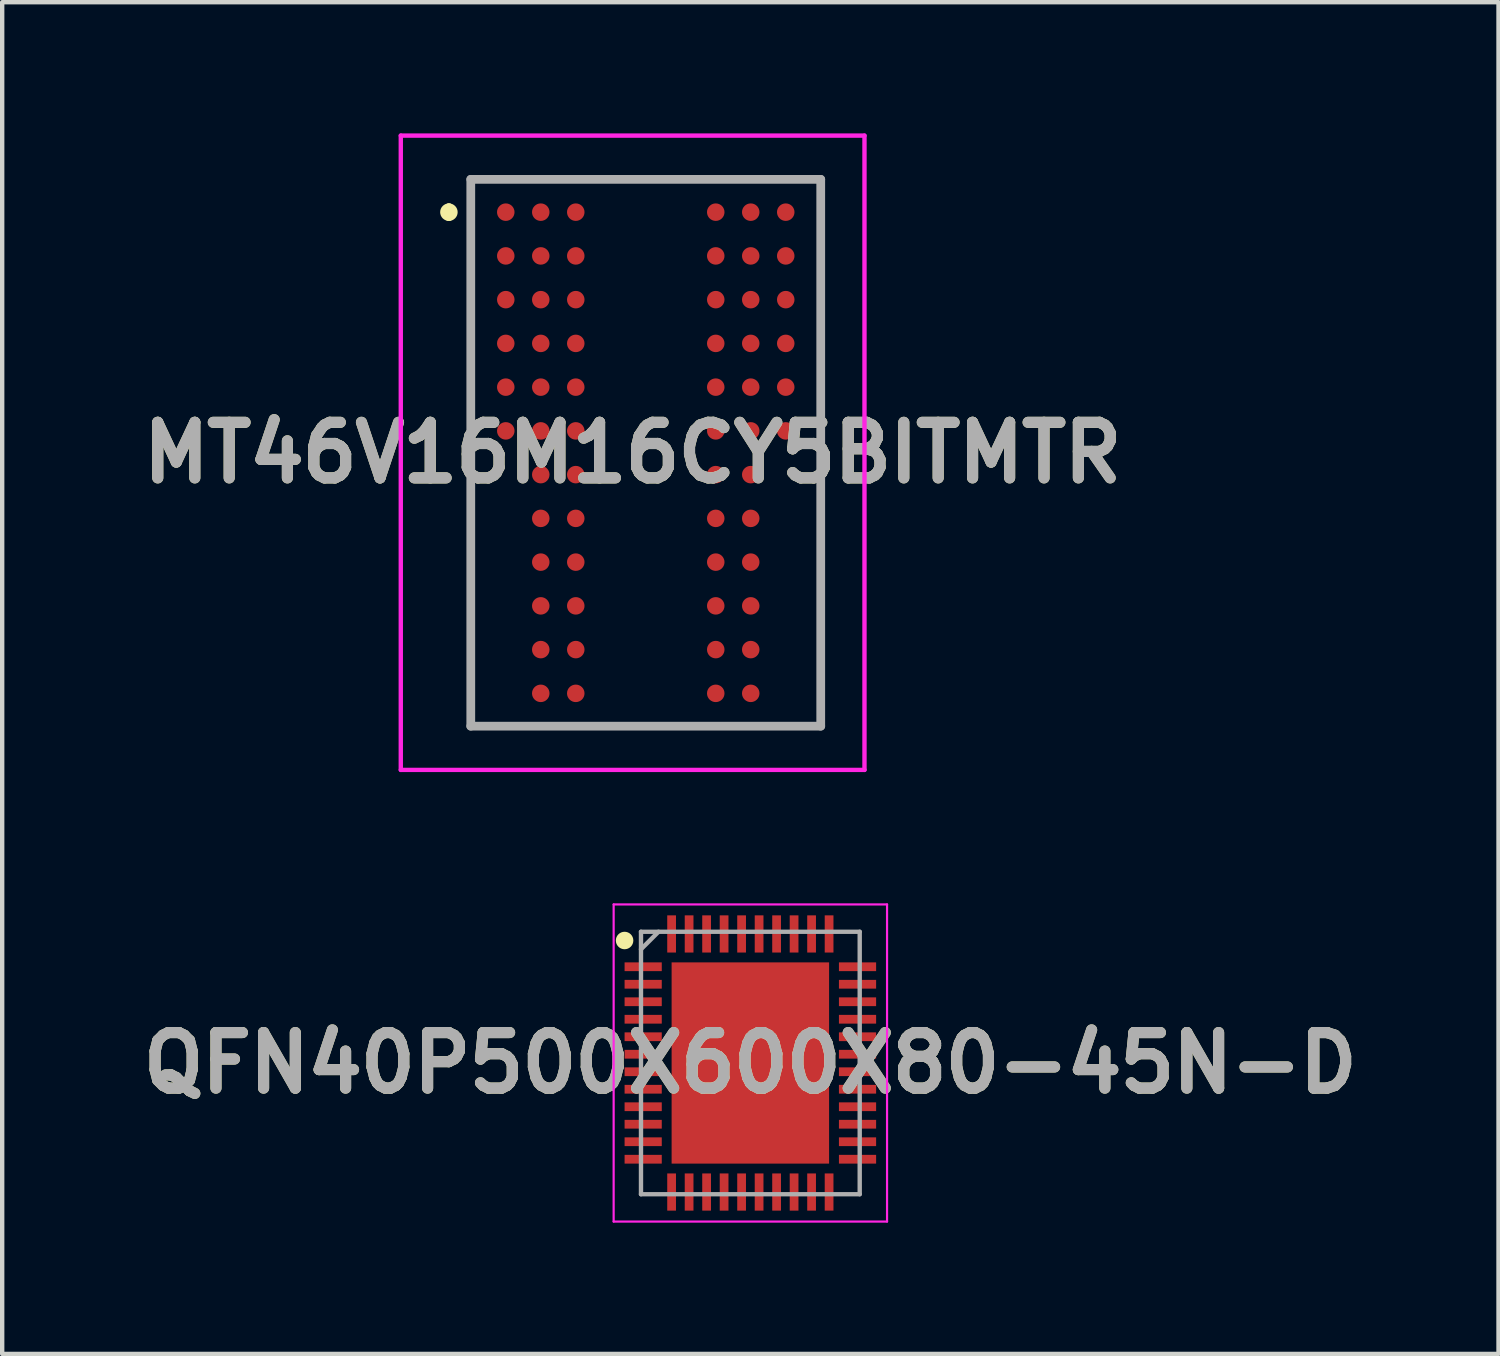
<source format=kicad_pcb>
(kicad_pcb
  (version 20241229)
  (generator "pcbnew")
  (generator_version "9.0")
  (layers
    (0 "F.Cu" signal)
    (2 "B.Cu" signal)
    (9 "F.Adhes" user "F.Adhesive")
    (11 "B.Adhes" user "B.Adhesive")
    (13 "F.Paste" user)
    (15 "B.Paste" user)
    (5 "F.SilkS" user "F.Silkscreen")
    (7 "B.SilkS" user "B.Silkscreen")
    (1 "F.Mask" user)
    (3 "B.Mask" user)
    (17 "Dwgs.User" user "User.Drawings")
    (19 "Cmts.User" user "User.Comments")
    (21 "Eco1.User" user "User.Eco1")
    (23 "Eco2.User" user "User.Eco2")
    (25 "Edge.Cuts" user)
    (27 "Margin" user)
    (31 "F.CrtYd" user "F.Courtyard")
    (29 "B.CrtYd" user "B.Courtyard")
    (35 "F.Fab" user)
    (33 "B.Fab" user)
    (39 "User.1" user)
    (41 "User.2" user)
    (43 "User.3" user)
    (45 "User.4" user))
  (footprint "QFN40P500X600X80-45N-D"
    (layer "F.Cu")
    (at 14.103 21.25)
    (property "Reference" "QFN40P500X600X80-45N-D" (at 0 0 0) (layer "F.SilkS") (effects (font (size 1.27 1.27) (thickness 0.254))))
    (attr smd)
    (fp_circle (center -2.875 -2.8) (end -2.875 -2.7) (stroke (width 0.2) (type solid)) (fill no) (layer "F.SilkS"))
    (fp_line (start -3.125 -3.625) (end 3.125 -3.625) (stroke (width 0.05) (type solid)) (layer "F.CrtYd"))
    (fp_line (start -3.125 3.625) (end -3.125 -3.625) (stroke (width 0.05) (type solid)) (layer "F.CrtYd"))
    (fp_line (start 3.125 -3.625) (end 3.125 3.625) (stroke (width 0.05) (type solid)) (layer "F.CrtYd"))
    (fp_line (start 3.125 3.625) (end -3.125 3.625) (stroke (width 0.05) (type solid)) (layer "F.CrtYd"))
    (fp_line (start -2.5 -3) (end 2.5 -3) (stroke (width 0.1) (type solid)) (layer "F.Fab"))
    (fp_line (start -2.5 -2.6) (end -2.1 -3) (stroke (width 0.1) (type solid)) (layer "F.Fab"))
    (fp_line (start -2.5 3) (end -2.5 -3) (stroke (width 0.1) (type solid)) (layer "F.Fab"))
    (fp_line (start 2.5 -3) (end 2.5 3) (stroke (width 0.1) (type solid)) (layer "F.Fab"))
    (fp_line (start 2.5 3) (end -2.5 3) (stroke (width 0.1) (type solid)) (layer "F.Fab"))
    (fp_text user "${REFERENCE}" (at 0 0 0) (layer "F.Fab") (effects (font (size 1.27 1.27) (thickness 0.254))))
    (pad "1" smd rect (at -2.45 -2.2 90) (size 0.2 0.85) (layers "F.Cu" "F.Mask" "F.Paste"))
    (pad "2" smd rect (at -2.45 -1.8 90) (size 0.2 0.85) (layers "F.Cu" "F.Mask" "F.Paste"))
    (pad "3" smd rect (at -2.45 -1.4 90) (size 0.2 0.85) (layers "F.Cu" "F.Mask" "F.Paste"))
    (pad "4" smd rect (at -2.45 -1 90) (size 0.2 0.85) (layers "F.Cu" "F.Mask" "F.Paste"))
    (pad "5" smd rect (at -2.45 -0.6 90) (size 0.2 0.85) (layers "F.Cu" "F.Mask" "F.Paste"))
    (pad "6" smd rect (at -2.45 -0.2 90) (size 0.2 0.85) (layers "F.Cu" "F.Mask" "F.Paste"))
    (pad "7" smd rect (at -2.45 0.2 90) (size 0.2 0.85) (layers "F.Cu" "F.Mask" "F.Paste"))
    (pad "8" smd rect (at -2.45 0.6 90) (size 0.2 0.85) (layers "F.Cu" "F.Mask" "F.Paste"))
    (pad "9" smd rect (at -2.45 1 90) (size 0.2 0.85) (layers "F.Cu" "F.Mask" "F.Paste"))
    (pad "10" smd rect (at -2.45 1.4 90) (size 0.2 0.85) (layers "F.Cu" "F.Mask" "F.Paste"))
    (pad "11" smd rect (at -2.45 1.8 90) (size 0.2 0.85) (layers "F.Cu" "F.Mask" "F.Paste"))
    (pad "12" smd rect (at -2.45 2.2 90) (size 0.2 0.85) (layers "F.Cu" "F.Mask" "F.Paste"))
    (pad "13" smd rect (at -1.8 2.95) (size 0.2 0.85) (layers "F.Cu" "F.Mask" "F.Paste"))
    (pad "14" smd rect (at -1.4 2.95) (size 0.2 0.85) (layers "F.Cu" "F.Mask" "F.Paste"))
    (pad "15" smd rect (at -1 2.95) (size 0.2 0.85) (layers "F.Cu" "F.Mask" "F.Paste"))
    (pad "16" smd rect (at -0.6 2.95) (size 0.2 0.85) (layers "F.Cu" "F.Mask" "F.Paste"))
    (pad "17" smd rect (at -0.2 2.95) (size 0.2 0.85) (layers "F.Cu" "F.Mask" "F.Paste"))
    (pad "18" smd rect (at 0.2 2.95) (size 0.2 0.85) (layers "F.Cu" "F.Mask" "F.Paste"))
    (pad "19" smd rect (at 0.6 2.95) (size 0.2 0.85) (layers "F.Cu" "F.Mask" "F.Paste"))
    (pad "20" smd rect (at 1 2.95) (size 0.2 0.85) (layers "F.Cu" "F.Mask" "F.Paste"))
    (pad "21" smd rect (at 1.4 2.95) (size 0.2 0.85) (layers "F.Cu" "F.Mask" "F.Paste"))
    (pad "22" smd rect (at 1.8 2.95) (size 0.2 0.85) (layers "F.Cu" "F.Mask" "F.Paste"))
    (pad "23" smd rect (at 2.45 2.2 90) (size 0.2 0.85) (layers "F.Cu" "F.Mask" "F.Paste"))
    (pad "24" smd rect (at 2.45 1.8 90) (size 0.2 0.85) (layers "F.Cu" "F.Mask" "F.Paste"))
    (pad "25" smd rect (at 2.45 1.4 90) (size 0.2 0.85) (layers "F.Cu" "F.Mask" "F.Paste"))
    (pad "26" smd rect (at 2.45 1 90) (size 0.2 0.85) (layers "F.Cu" "F.Mask" "F.Paste"))
    (pad "27" smd rect (at 2.45 0.6 90) (size 0.2 0.85) (layers "F.Cu" "F.Mask" "F.Paste"))
    (pad "28" smd rect (at 2.45 0.2 90) (size 0.2 0.85) (layers "F.Cu" "F.Mask" "F.Paste"))
    (pad "29" smd rect (at 2.45 -0.2 90) (size 0.2 0.85) (layers "F.Cu" "F.Mask" "F.Paste"))
    (pad "30" smd rect (at 2.45 -0.6 90) (size 0.2 0.85) (layers "F.Cu" "F.Mask" "F.Paste"))
    (pad "31" smd rect (at 2.45 -1 90) (size 0.2 0.85) (layers "F.Cu" "F.Mask" "F.Paste"))
    (pad "32" smd rect (at 2.45 -1.4 90) (size 0.2 0.85) (layers "F.Cu" "F.Mask" "F.Paste"))
    (pad "33" smd rect (at 2.45 -1.8 90) (size 0.2 0.85) (layers "F.Cu" "F.Mask" "F.Paste"))
    (pad "34" smd rect (at 2.45 -2.2 90) (size 0.2 0.85) (layers "F.Cu" "F.Mask" "F.Paste"))
    (pad "35" smd rect (at 1.8 -2.95) (size 0.2 0.85) (layers "F.Cu" "F.Mask" "F.Paste"))
    (pad "36" smd rect (at 1.4 -2.95) (size 0.2 0.85) (layers "F.Cu" "F.Mask" "F.Paste"))
    (pad "37" smd rect (at 1 -2.95) (size 0.2 0.85) (layers "F.Cu" "F.Mask" "F.Paste"))
    (pad "38" smd rect (at 0.6 -2.95) (size 0.2 0.85) (layers "F.Cu" "F.Mask" "F.Paste"))
    (pad "39" smd rect (at 0.2 -2.95) (size 0.2 0.85) (layers "F.Cu" "F.Mask" "F.Paste"))
    (pad "40" smd rect (at -0.2 -2.95) (size 0.2 0.85) (layers "F.Cu" "F.Mask" "F.Paste"))
    (pad "41" smd rect (at -0.6 -2.95) (size 0.2 0.85) (layers "F.Cu" "F.Mask" "F.Paste"))
    (pad "42" smd rect (at -1 -2.95) (size 0.2 0.85) (layers "F.Cu" "F.Mask" "F.Paste"))
    (pad "43" smd rect (at -1.4 -2.95) (size 0.2 0.85) (layers "F.Cu" "F.Mask" "F.Paste"))
    (pad "44" smd rect (at -1.8 -2.95) (size 0.2 0.85) (layers "F.Cu" "F.Mask" "F.Paste"))
    (pad "45" smd rect (at 0 0) (size 3.6 4.6) (layers "F.Cu" "F.Mask" "F.Paste")))
  (footprint "MT46V16M16CY5BITMTR"
    (layer "F.Cu")
    (at 11.712 7.3)
    (property "Reference" "MT46V16M16CY5BITMTR" (at -0.3 0 0) (layer "F.SilkS") (effects (font (size 1.27 1.27) (thickness 0.254))))
    (attr smd)
    (fp_line (start -4.5 -5.6) (end -4.5 -5.6) (stroke (width 0.2) (type solid)) (layer "F.SilkS"))
    (fp_line (start -4.5 -5.4) (end -4.5 -5.4) (stroke (width 0.2) (type solid)) (layer "F.SilkS"))
    (fp_line (start -4 -6.25) (end 4 -6.25) (stroke (width 0.1) (type solid)) (layer "F.SilkS"))
    (fp_line (start -4 6.25) (end -4 -6.25) (stroke (width 0.1) (type solid)) (layer "F.SilkS"))
    (fp_line (start 4 -6.25) (end 4 6.25) (stroke (width 0.1) (type solid)) (layer "F.SilkS"))
    (fp_line (start 4 6.25) (end -4 6.25) (stroke (width 0.1) (type solid)) (layer "F.SilkS"))
    (fp_arc (start -4.5 -5.6) (mid -4.4 -5.5) (end -4.5 -5.4) (stroke (width 0.2) (type solid)) (layer "F.SilkS"))
    (fp_arc (start -4.5 -5.4) (mid -4.6 -5.5) (end -4.5 -5.6) (stroke (width 0.2) (type solid)) (layer "F.SilkS"))
    (fp_line (start -5.6 -7.25) (end 5 -7.25) (stroke (width 0.1) (type solid)) (layer "F.CrtYd"))
    (fp_line (start -5.6 7.25) (end -5.6 -7.25) (stroke (width 0.1) (type solid)) (layer "F.CrtYd"))
    (fp_line (start 5 -7.25) (end 5 7.25) (stroke (width 0.1) (type solid)) (layer "F.CrtYd"))
    (fp_line (start 5 7.25) (end -5.6 7.25) (stroke (width 0.1) (type solid)) (layer "F.CrtYd"))
    (fp_line (start -4 -6.25) (end 4 -6.25) (stroke (width 0.2) (type solid)) (layer "F.Fab"))
    (fp_line (start -4 6.25) (end -4 -6.25) (stroke (width 0.2) (type solid)) (layer "F.Fab"))
    (fp_line (start 4 -6.25) (end 4 6.25) (stroke (width 0.2) (type solid)) (layer "F.Fab"))
    (fp_line (start 4 6.25) (end -4 6.25) (stroke (width 0.2) (type solid)) (layer "F.Fab"))
    (fp_text user "${REFERENCE}" (at -0.3 0 0) (layer "F.Fab") (effects (font (size 1.27 1.27) (thickness 0.254))))
    (pad "A1" smd circle (at -3.2 -5.5 90) (size 0.4 0.4) (layers "F.Cu" "F.Mask" "F.Paste"))
    (pad "A2" smd circle (at -2.4 -5.5 90) (size 0.4 0.4) (layers "F.Cu" "F.Mask" "F.Paste"))
    (pad "A3" smd circle (at -1.6 -5.5 90) (size 0.4 0.4) (layers "F.Cu" "F.Mask" "F.Paste"))
    (pad "A7" smd circle (at 1.6 -5.5 90) (size 0.4 0.4) (layers "F.Cu" "F.Mask" "F.Paste"))
    (pad "A8" smd circle (at 2.4 -5.5 90) (size 0.4 0.4) (layers "F.Cu" "F.Mask" "F.Paste"))
    (pad "A9" smd circle (at 3.2 -5.5 90) (size 0.4 0.4) (layers "F.Cu" "F.Mask" "F.Paste"))
    (pad "B1" smd circle (at -3.2 -4.5 90) (size 0.4 0.4) (layers "F.Cu" "F.Mask" "F.Paste"))
    (pad "B2" smd circle (at -2.4 -4.5 90) (size 0.4 0.4) (layers "F.Cu" "F.Mask" "F.Paste"))
    (pad "B3" smd circle (at -1.6 -4.5 90) (size 0.4 0.4) (layers "F.Cu" "F.Mask" "F.Paste"))
    (pad "B7" smd circle (at 1.6 -4.5 90) (size 0.4 0.4) (layers "F.Cu" "F.Mask" "F.Paste"))
    (pad "B8" smd circle (at 2.4 -4.5 90) (size 0.4 0.4) (layers "F.Cu" "F.Mask" "F.Paste"))
    (pad "B9" smd circle (at 3.2 -4.5 90) (size 0.4 0.4) (layers "F.Cu" "F.Mask" "F.Paste"))
    (pad "C1" smd circle (at -3.2 -3.5 90) (size 0.4 0.4) (layers "F.Cu" "F.Mask" "F.Paste"))
    (pad "C2" smd circle (at -2.4 -3.5 90) (size 0.4 0.4) (layers "F.Cu" "F.Mask" "F.Paste"))
    (pad "C3" smd circle (at -1.6 -3.5 90) (size 0.4 0.4) (layers "F.Cu" "F.Mask" "F.Paste"))
    (pad "C7" smd circle (at 1.6 -3.5 90) (size 0.4 0.4) (layers "F.Cu" "F.Mask" "F.Paste"))
    (pad "C8" smd circle (at 2.4 -3.5 90) (size 0.4 0.4) (layers "F.Cu" "F.Mask" "F.Paste"))
    (pad "C9" smd circle (at 3.2 -3.5 90) (size 0.4 0.4) (layers "F.Cu" "F.Mask" "F.Paste"))
    (pad "D1" smd circle (at -3.2 -2.5 90) (size 0.4 0.4) (layers "F.Cu" "F.Mask" "F.Paste"))
    (pad "D2" smd circle (at -2.4 -2.5 90) (size 0.4 0.4) (layers "F.Cu" "F.Mask" "F.Paste"))
    (pad "D3" smd circle (at -1.6 -2.5 90) (size 0.4 0.4) (layers "F.Cu" "F.Mask" "F.Paste"))
    (pad "D7" smd circle (at 1.6 -2.5 90) (size 0.4 0.4) (layers "F.Cu" "F.Mask" "F.Paste"))
    (pad "D8" smd circle (at 2.4 -2.5 90) (size 0.4 0.4) (layers "F.Cu" "F.Mask" "F.Paste"))
    (pad "D9" smd circle (at 3.2 -2.5 90) (size 0.4 0.4) (layers "F.Cu" "F.Mask" "F.Paste"))
    (pad "E1" smd circle (at -3.2 -1.5 90) (size 0.4 0.4) (layers "F.Cu" "F.Mask" "F.Paste"))
    (pad "E2" smd circle (at -2.4 -1.5 90) (size 0.4 0.4) (layers "F.Cu" "F.Mask" "F.Paste"))
    (pad "E3" smd circle (at -1.6 -1.5 90) (size 0.4 0.4) (layers "F.Cu" "F.Mask" "F.Paste"))
    (pad "E7" smd circle (at 1.6 -1.5 90) (size 0.4 0.4) (layers "F.Cu" "F.Mask" "F.Paste"))
    (pad "E8" smd circle (at 2.4 -1.5 90) (size 0.4 0.4) (layers "F.Cu" "F.Mask" "F.Paste"))
    (pad "E9" smd circle (at 3.2 -1.5 90) (size 0.4 0.4) (layers "F.Cu" "F.Mask" "F.Paste"))
    (pad "F1" smd circle (at -3.2 -0.5 90) (size 0.4 0.4) (layers "F.Cu" "F.Mask" "F.Paste"))
    (pad "F2" smd circle (at -2.4 -0.5 90) (size 0.4 0.4) (layers "F.Cu" "F.Mask" "F.Paste"))
    (pad "F3" smd circle (at -1.6 -0.5 90) (size 0.4 0.4) (layers "F.Cu" "F.Mask" "F.Paste"))
    (pad "F7" smd circle (at 1.6 -0.5 90) (size 0.4 0.4) (layers "F.Cu" "F.Mask" "F.Paste"))
    (pad "F8" smd circle (at 2.4 -0.5 90) (size 0.4 0.4) (layers "F.Cu" "F.Mask" "F.Paste"))
    (pad "F9" smd circle (at 3.2 -0.5 90) (size 0.4 0.4) (layers "F.Cu" "F.Mask" "F.Paste"))
    (pad "G2" smd circle (at -2.4 0.5 90) (size 0.4 0.4) (layers "F.Cu" "F.Mask" "F.Paste"))
    (pad "G3" smd circle (at -1.6 0.5 90) (size 0.4 0.4) (layers "F.Cu" "F.Mask" "F.Paste"))
    (pad "G7" smd circle (at 1.6 0.5 90) (size 0.4 0.4) (layers "F.Cu" "F.Mask" "F.Paste"))
    (pad "G8" smd circle (at 2.4 0.5 90) (size 0.4 0.4) (layers "F.Cu" "F.Mask" "F.Paste"))
    (pad "H2" smd circle (at -2.4 1.5 90) (size 0.4 0.4) (layers "F.Cu" "F.Mask" "F.Paste"))
    (pad "H3" smd circle (at -1.6 1.5 90) (size 0.4 0.4) (layers "F.Cu" "F.Mask" "F.Paste"))
    (pad "H7" smd circle (at 1.6 1.5 90) (size 0.4 0.4) (layers "F.Cu" "F.Mask" "F.Paste"))
    (pad "H8" smd circle (at 2.4 1.5 90) (size 0.4 0.4) (layers "F.Cu" "F.Mask" "F.Paste"))
    (pad "J2" smd circle (at -2.4 2.5 90) (size 0.4 0.4) (layers "F.Cu" "F.Mask" "F.Paste"))
    (pad "J3" smd circle (at -1.6 2.5 90) (size 0.4 0.4) (layers "F.Cu" "F.Mask" "F.Paste"))
    (pad "J7" smd circle (at 1.6 2.5 90) (size 0.4 0.4) (layers "F.Cu" "F.Mask" "F.Paste"))
    (pad "J8" smd circle (at 2.4 2.5 90) (size 0.4 0.4) (layers "F.Cu" "F.Mask" "F.Paste"))
    (pad "K2" smd circle (at -2.4 3.5 90) (size 0.4 0.4) (layers "F.Cu" "F.Mask" "F.Paste"))
    (pad "K3" smd circle (at -1.6 3.5 90) (size 0.4 0.4) (layers "F.Cu" "F.Mask" "F.Paste"))
    (pad "K7" smd circle (at 1.6 3.5 90) (size 0.4 0.4) (layers "F.Cu" "F.Mask" "F.Paste"))
    (pad "K8" smd circle (at 2.4 3.5 90) (size 0.4 0.4) (layers "F.Cu" "F.Mask" "F.Paste"))
    (pad "L2" smd circle (at -2.4 4.5 90) (size 0.4 0.4) (layers "F.Cu" "F.Mask" "F.Paste"))
    (pad "L3" smd circle (at -1.6 4.5 90) (size 0.4 0.4) (layers "F.Cu" "F.Mask" "F.Paste"))
    (pad "L7" smd circle (at 1.6 4.5 90) (size 0.4 0.4) (layers "F.Cu" "F.Mask" "F.Paste"))
    (pad "L8" smd circle (at 2.4 4.5 90) (size 0.4 0.4) (layers "F.Cu" "F.Mask" "F.Paste"))
    (pad "M2" smd circle (at -2.4 5.5 90) (size 0.4 0.4) (layers "F.Cu" "F.Mask" "F.Paste"))
    (pad "M3" smd circle (at -1.6 5.5 90) (size 0.4 0.4) (layers "F.Cu" "F.Mask" "F.Paste"))
    (pad "M7" smd circle (at 1.6 5.5 90) (size 0.4 0.4) (layers "F.Cu" "F.Mask" "F.Paste"))
    (pad "M8" smd circle (at 2.4 5.5 90) (size 0.4 0.4) (layers "F.Cu" "F.Mask" "F.Paste")))
  (gr_rect
    (start -3 -3)
    (end 31.206 27.9)
    (stroke (width 0.1) (type default))
    (fill no)
    (layer "Edge.Cuts")))
</source>
